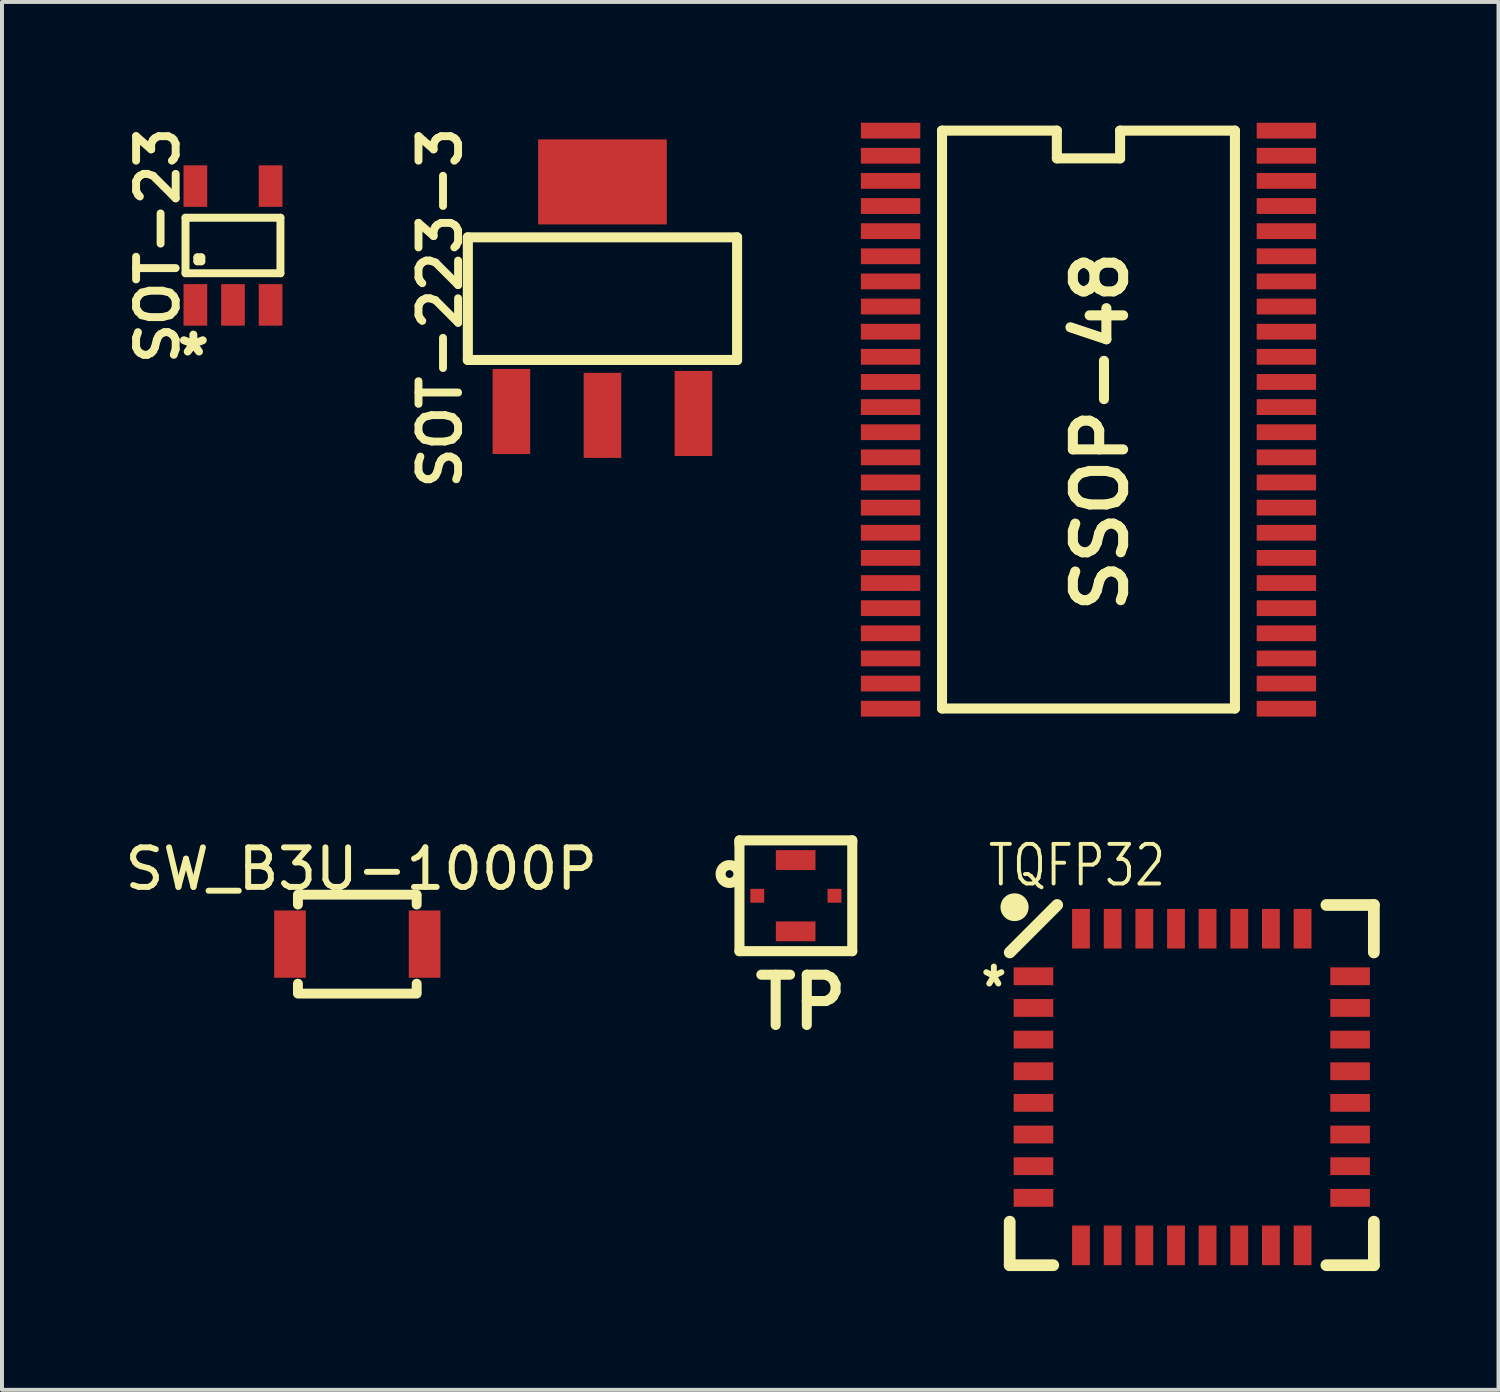
<source format=kicad_pcb>
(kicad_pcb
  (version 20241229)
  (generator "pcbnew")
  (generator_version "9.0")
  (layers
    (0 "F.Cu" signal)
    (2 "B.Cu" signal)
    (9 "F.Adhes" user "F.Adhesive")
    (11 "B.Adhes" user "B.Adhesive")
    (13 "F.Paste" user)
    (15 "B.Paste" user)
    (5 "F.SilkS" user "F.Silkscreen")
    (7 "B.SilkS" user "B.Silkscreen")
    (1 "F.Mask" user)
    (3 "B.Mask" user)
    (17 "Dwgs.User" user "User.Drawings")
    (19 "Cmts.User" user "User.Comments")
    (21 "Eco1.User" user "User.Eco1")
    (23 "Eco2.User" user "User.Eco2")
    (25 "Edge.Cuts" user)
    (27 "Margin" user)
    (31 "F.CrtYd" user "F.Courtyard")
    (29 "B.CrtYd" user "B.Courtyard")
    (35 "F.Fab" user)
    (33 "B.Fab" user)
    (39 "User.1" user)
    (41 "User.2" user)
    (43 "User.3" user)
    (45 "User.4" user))
  (footprint "TQFP32"
    (layer "F.Cu")
    (at 27.06 24.414)
    (property "Reference" "TQFP32" (at -2.901 -5.601 0) (layer "F.SilkS") (effects (font (size 1.001 0.8) (thickness 0.099))))
    (attr through_hole)
    (fp_line (start -4.6 -3.401) (end -3.401 -4.6) (stroke (width 0.297) (type solid)) (layer "F.SilkS"))
    (fp_line (start -4.6 3.401) (end -4.6 4.501) (stroke (width 0.297) (type solid)) (layer "F.SilkS"))
    (fp_line (start -4.6 4.501) (end -3.5 4.501) (stroke (width 0.297) (type solid)) (layer "F.SilkS"))
    (fp_line (start -4.473 -4.544) (end -4.483 -4.544) (stroke (width 0.701) (type solid)) (layer "F.SilkS"))
    (fp_line (start 4.6 -4.6) (end 3.401 -4.6) (stroke (width 0.297) (type solid)) (layer "F.SilkS"))
    (fp_line (start 4.6 -4.6) (end 4.6 -3.401) (stroke (width 0.297) (type solid)) (layer "F.SilkS"))
    (fp_line (start 4.6 3.401) (end 4.6 4.501) (stroke (width 0.297) (type solid)) (layer "F.SilkS"))
    (fp_line (start 4.6 4.501) (end 3.401 4.501) (stroke (width 0.297) (type solid)) (layer "F.SilkS"))
    (fp_text user "*" (at -5.001 -2.499 0) (layer "F.SilkS") (effects (font (size 1.001 0.8) (thickness 0.15))))
    (pad "1" smd rect (at -4 -2.799) (size 1.001 0.45) (layers "F.Cu" "F.Mask" "F.Paste"))
    (pad "2" smd rect (at -4 -1.999) (size 1.001 0.45) (layers "F.Cu" "F.Mask" "F.Paste"))
    (pad "3" smd rect (at -4 -1.199) (size 1.001 0.45) (layers "F.Cu" "F.Mask" "F.Paste"))
    (pad "4" smd rect (at -4 -0.399) (size 1.001 0.45) (layers "F.Cu" "F.Mask" "F.Paste"))
    (pad "5" smd rect (at -4 0.399) (size 1.001 0.45) (layers "F.Cu" "F.Mask" "F.Paste"))
    (pad "6" smd rect (at -4 1.199) (size 1.001 0.45) (layers "F.Cu" "F.Mask" "F.Paste"))
    (pad "7" smd rect (at -4 1.999) (size 1.001 0.45) (layers "F.Cu" "F.Mask" "F.Paste"))
    (pad "8" smd rect (at -4 2.799) (size 1.001 0.45) (layers "F.Cu" "F.Mask" "F.Paste"))
    (pad "9" smd rect (at -2.799 4) (size 0.45 1.001) (layers "F.Cu" "F.Mask" "F.Paste"))
    (pad "10" smd rect (at -1.999 4) (size 0.45 1.001) (layers "F.Cu" "F.Mask" "F.Paste"))
    (pad "11" smd rect (at -1.199 4) (size 0.45 1.001) (layers "F.Cu" "F.Mask" "F.Paste"))
    (pad "12" smd rect (at -0.399 4) (size 0.45 1.001) (layers "F.Cu" "F.Mask" "F.Paste"))
    (pad "13" smd rect (at 0.399 4) (size 0.45 1.001) (layers "F.Cu" "F.Mask" "F.Paste"))
    (pad "14" smd rect (at 1.199 4) (size 0.45 1.001) (layers "F.Cu" "F.Mask" "F.Paste"))
    (pad "15" smd rect (at 1.999 4) (size 0.45 1.001) (layers "F.Cu" "F.Mask" "F.Paste"))
    (pad "16" smd rect (at 2.799 4) (size 0.45 1.001) (layers "F.Cu" "F.Mask" "F.Paste"))
    (pad "17" smd rect (at 4 2.799) (size 1.001 0.45) (layers "F.Cu" "F.Mask" "F.Paste"))
    (pad "18" smd rect (at 4 1.999) (size 1.001 0.45) (layers "F.Cu" "F.Mask" "F.Paste"))
    (pad "19" smd rect (at 4 1.199) (size 1.001 0.45) (layers "F.Cu" "F.Mask" "F.Paste"))
    (pad "20" smd rect (at 4 0.399) (size 1.001 0.45) (layers "F.Cu" "F.Mask" "F.Paste"))
    (pad "21" smd rect (at 4 -0.399) (size 1.001 0.45) (layers "F.Cu" "F.Mask" "F.Paste"))
    (pad "22" smd rect (at 4 -1.199) (size 1.001 0.45) (layers "F.Cu" "F.Mask" "F.Paste"))
    (pad "23" smd rect (at 4 -1.999) (size 1.001 0.45) (layers "F.Cu" "F.Mask" "F.Paste"))
    (pad "24" smd rect (at 4 -2.799) (size 1.001 0.45) (layers "F.Cu" "F.Mask" "F.Paste"))
    (pad "25" smd rect (at 2.799 -4) (size 0.45 1.001) (layers "F.Cu" "F.Mask" "F.Paste"))
    (pad "26" smd rect (at 1.999 -4) (size 0.45 1.001) (layers "F.Cu" "F.Mask" "F.Paste"))
    (pad "27" smd rect (at 1.199 -4) (size 0.45 1.001) (layers "F.Cu" "F.Mask" "F.Paste"))
    (pad "28" smd rect (at 0.399 -4) (size 0.45 1.001) (layers "F.Cu" "F.Mask" "F.Paste"))
    (pad "29" smd rect (at -0.399 -4) (size 0.45 1.001) (layers "F.Cu" "F.Mask" "F.Paste"))
    (pad "30" smd rect (at -1.199 -4) (size 0.45 1.001) (layers "F.Cu" "F.Mask" "F.Paste"))
    (pad "31" smd rect (at -1.999 -4) (size 0.45 1.001) (layers "F.Cu" "F.Mask" "F.Paste"))
    (pad "32" smd rect (at -2.799 -4) (size 0.45 1.001) (layers "F.Cu" "F.Mask" "F.Paste")))
  (footprint "SSOP-48"
    (layer "F.Cu")
    (at 19.45 0.25)
    (property "Reference" "SSOP-48" (at 5.301 7.6 90) (layer "F.SilkS") (effects (font (size 1.27 1.27) (thickness 0.254))))
    (attr through_hole)
    (fp_line (start 1.3 0) (end 1.3 14.6) (stroke (width 0.254) (type solid)) (layer "F.SilkS"))
    (fp_line (start 1.3 14.6) (end 8.7 14.6) (stroke (width 0.254) (type solid)) (layer "F.SilkS"))
    (fp_line (start 4.199 0) (end 1.298 0) (stroke (width 0.254) (type solid)) (layer "F.SilkS"))
    (fp_line (start 4.201 0) (end 4.201 0.701) (stroke (width 0.254) (type solid)) (layer "F.SilkS"))
    (fp_line (start 4.201 0.701) (end 5.799 0.701) (stroke (width 0.254) (type solid)) (layer "F.SilkS"))
    (fp_line (start 5.799 0.701) (end 5.799 0) (stroke (width 0.254) (type solid)) (layer "F.SilkS"))
    (fp_line (start 8.7 0) (end 5.799 0) (stroke (width 0.254) (type solid)) (layer "F.SilkS"))
    (fp_line (start 8.7 14.6) (end 8.7 0) (stroke (width 0.254) (type solid)) (layer "F.SilkS"))
    (pad "1" smd rect (at 0 0) (size 1.501 0.399) (layers "F.Cu" "F.Mask" "F.Paste"))
    (pad "2" smd rect (at 0 0.635) (size 1.501 0.399) (layers "F.Cu" "F.Mask" "F.Paste"))
    (pad "3" smd rect (at 0 1.27) (size 1.501 0.399) (layers "F.Cu" "F.Mask" "F.Paste"))
    (pad "4" smd rect (at 0 1.905) (size 1.501 0.399) (layers "F.Cu" "F.Mask" "F.Paste"))
    (pad "5" smd rect (at 0 2.54) (size 1.501 0.399) (layers "F.Cu" "F.Mask" "F.Paste"))
    (pad "6" smd rect (at 0 3.175) (size 1.501 0.399) (layers "F.Cu" "F.Mask" "F.Paste"))
    (pad "7" smd rect (at 0 3.81) (size 1.501 0.399) (layers "F.Cu" "F.Mask" "F.Paste"))
    (pad "8" smd rect (at 0 4.445) (size 1.501 0.399) (layers "F.Cu" "F.Mask" "F.Paste"))
    (pad "9" smd rect (at 0 5.08) (size 1.501 0.399) (layers "F.Cu" "F.Mask" "F.Paste"))
    (pad "10" smd rect (at 0 5.715) (size 1.501 0.399) (layers "F.Cu" "F.Mask" "F.Paste"))
    (pad "11" smd rect (at 0 6.35) (size 1.501 0.399) (layers "F.Cu" "F.Mask" "F.Paste"))
    (pad "12" smd rect (at 0 6.985) (size 1.501 0.399) (layers "F.Cu" "F.Mask" "F.Paste"))
    (pad "13" smd rect (at 0 7.62) (size 1.501 0.399) (layers "F.Cu" "F.Mask" "F.Paste"))
    (pad "14" smd rect (at 0 8.255) (size 1.501 0.399) (layers "F.Cu" "F.Mask" "F.Paste"))
    (pad "15" smd rect (at 0 8.89) (size 1.501 0.399) (layers "F.Cu" "F.Mask" "F.Paste"))
    (pad "16" smd rect (at 0 9.525) (size 1.501 0.399) (layers "F.Cu" "F.Mask" "F.Paste"))
    (pad "17" smd rect (at 0 10.16) (size 1.501 0.399) (layers "F.Cu" "F.Mask" "F.Paste"))
    (pad "18" smd rect (at 0 10.795) (size 1.501 0.399) (layers "F.Cu" "F.Mask" "F.Paste"))
    (pad "19" smd rect (at 0 11.43) (size 1.501 0.399) (layers "F.Cu" "F.Mask" "F.Paste"))
    (pad "20" smd rect (at 0 12.065) (size 1.501 0.399) (layers "F.Cu" "F.Mask" "F.Paste"))
    (pad "21" smd rect (at 0 12.7) (size 1.501 0.399) (layers "F.Cu" "F.Mask" "F.Paste"))
    (pad "22" smd rect (at 0 13.335) (size 1.501 0.399) (layers "F.Cu" "F.Mask" "F.Paste"))
    (pad "23" smd rect (at 0 13.97) (size 1.501 0.399) (layers "F.Cu" "F.Mask" "F.Paste"))
    (pad "24" smd rect (at 0 14.605) (size 1.501 0.399) (layers "F.Cu" "F.Mask" "F.Paste"))
    (pad "25" smd rect (at 10 14.605) (size 1.501 0.399) (layers "F.Cu" "F.Mask" "F.Paste"))
    (pad "26" smd rect (at 10 13.97) (size 1.501 0.399) (layers "F.Cu" "F.Mask" "F.Paste"))
    (pad "27" smd rect (at 10 13.335) (size 1.501 0.399) (layers "F.Cu" "F.Mask" "F.Paste"))
    (pad "28" smd rect (at 10 12.7) (size 1.501 0.399) (layers "F.Cu" "F.Mask" "F.Paste"))
    (pad "29" smd rect (at 10 12.065) (size 1.501 0.399) (layers "F.Cu" "F.Mask" "F.Paste"))
    (pad "30" smd rect (at 10 11.43) (size 1.501 0.399) (layers "F.Cu" "F.Mask" "F.Paste"))
    (pad "31" smd rect (at 10 10.795) (size 1.501 0.399) (layers "F.Cu" "F.Mask" "F.Paste"))
    (pad "32" smd rect (at 10 10.16) (size 1.501 0.399) (layers "F.Cu" "F.Mask" "F.Paste"))
    (pad "33" smd rect (at 10 9.525) (size 1.501 0.399) (layers "F.Cu" "F.Mask" "F.Paste"))
    (pad "34" smd rect (at 10 8.89) (size 1.501 0.399) (layers "F.Cu" "F.Mask" "F.Paste"))
    (pad "35" smd rect (at 10 8.255) (size 1.501 0.399) (layers "F.Cu" "F.Mask" "F.Paste"))
    (pad "36" smd rect (at 10 7.62) (size 1.501 0.399) (layers "F.Cu" "F.Mask" "F.Paste"))
    (pad "37" smd rect (at 10 6.985) (size 1.501 0.399) (layers "F.Cu" "F.Mask" "F.Paste"))
    (pad "38" smd rect (at 10 6.35) (size 1.501 0.399) (layers "F.Cu" "F.Mask" "F.Paste"))
    (pad "39" smd rect (at 10 5.715) (size 1.501 0.399) (layers "F.Cu" "F.Mask" "F.Paste"))
    (pad "40" smd rect (at 10 5.08) (size 1.501 0.399) (layers "F.Cu" "F.Mask" "F.Paste"))
    (pad "41" smd rect (at 10 4.445) (size 1.501 0.399) (layers "F.Cu" "F.Mask" "F.Paste"))
    (pad "42" smd rect (at 10 3.81) (size 1.501 0.399) (layers "F.Cu" "F.Mask" "F.Paste"))
    (pad "43" smd rect (at 10 3.175) (size 1.501 0.399) (layers "F.Cu" "F.Mask" "F.Paste"))
    (pad "44" smd rect (at 10 2.54) (size 1.501 0.399) (layers "F.Cu" "F.Mask" "F.Paste"))
    (pad "45" smd rect (at 10 1.905) (size 1.501 0.399) (layers "F.Cu" "F.Mask" "F.Paste"))
    (pad "46" smd rect (at 10 1.27) (size 1.501 0.399) (layers "F.Cu" "F.Mask" "F.Paste"))
    (pad "47" smd rect (at 10 0.635) (size 1.501 0.399) (layers "F.Cu" "F.Mask" "F.Paste"))
    (pad "48" smd rect (at 10 0) (size 1.501 0.399) (layers "F.Cu" "F.Mask" "F.Paste")))
  (footprint "SOT-23"
    (layer "F.Cu")
    (at 2.836 3.152)
    (property "Reference" "SOT-23" (at -1.9 0 90) (layer "F.SilkS") (effects (font (size 1 1) (thickness 0.2))))
    (attr smd)
    (fp_line (start -1.199 -0.701) (end 1.199 -0.701) (stroke (width 0.201) (type solid)) (layer "F.SilkS"))
    (fp_line (start -1.199 0.701) (end -1.199 -0.701) (stroke (width 0.201) (type solid)) (layer "F.SilkS"))
    (fp_line (start -0.899 0.3) (end -0.899 0.399) (stroke (width 0.201) (type solid)) (layer "F.SilkS"))
    (fp_line (start -0.899 0.399) (end -0.8 0.399) (stroke (width 0.201) (type solid)) (layer "F.SilkS"))
    (fp_line (start -0.8 0.3) (end -0.899 0.3) (stroke (width 0.201) (type solid)) (layer "F.SilkS"))
    (fp_line (start -0.8 0.399) (end -0.8 0.3) (stroke (width 0.201) (type solid)) (layer "F.SilkS"))
    (fp_line (start 1.199 -0.701) (end 1.199 0.701) (stroke (width 0.201) (type solid)) (layer "F.SilkS"))
    (fp_line (start 1.199 0.701) (end -1.199 0.701) (stroke (width 0.201) (type solid)) (layer "F.SilkS"))
    (fp_text user "*" (at -1.001 2.799 0) (layer "F.SilkS") (effects (font (size 1 1) (thickness 0.2))))
    (pad "1" smd rect (at -0.95 1.501) (size 0.599 1.049) (layers "F.Cu" "F.Mask" "F.Paste"))
    (pad "2" smd rect (at 0 1.501) (size 0.599 1.049) (layers "F.Cu" "F.Mask" "F.Paste"))
    (pad "3" smd rect (at 0.95 1.501) (size 0.599 1.049) (layers "F.Cu" "F.Mask" "F.Paste"))
    (pad "4" smd rect (at 0.95 -1.501) (size 0.599 1.049) (layers "F.Cu" "F.Mask" "F.Paste"))
    (pad "5" smd rect (at -0.95 -1.501) (size 0.599 1.049) (layers "F.Cu" "F.Mask" "F.Paste")))
  (footprint "SOT-223-3"
    (layer "F.Cu")
    (at 12.171 4.424)
    (property "Reference" "SOT-223-3" (at -4.1 0.3 90) (layer "F.SilkS") (effects (font (size 1 1) (thickness 0.2))))
    (attr smd)
    (fp_line (start -3.401 -1.478) (end 3.401 -1.478) (stroke (width 0.254) (type solid)) (layer "F.SilkS"))
    (fp_line (start -3.401 1.621) (end -3.401 -1.478) (stroke (width 0.254) (type solid)) (layer "F.SilkS"))
    (fp_line (start -3 1.621) (end -3.401 1.621) (stroke (width 0.254) (type solid)) (layer "F.SilkS"))
    (fp_line (start -3 1.621) (end 3.401 1.621) (stroke (width 0.254) (type solid)) (layer "F.SilkS"))
    (fp_line (start 3.401 1.621) (end 3.401 -1.478) (stroke (width 0.254) (type solid)) (layer "F.SilkS"))
    (pad "1" smd rect (at -2.301 2.921) (size 0.95 2.149) (layers "F.Cu" "F.Mask" "F.Paste"))
    (pad "2" smd rect (at 0 3.02) (size 0.95 2.149) (layers "F.Cu" "F.Mask" "F.Paste"))
    (pad "3" smd rect (at 2.299 2.972) (size 0.95 2.149) (layers "F.Cu" "F.Mask" "F.Paste"))
    (pad "TAB" smd rect (at 0 -2.878) (size 3.251 2.149) (layers "F.Cu" "F.Mask" "F.Paste")))
  (footprint "SW_B3U-1000P"
    (layer "F.Cu")
    (at 5.977 20.803)
    (property "Reference" "SW_B3U-1000P" (at 0.1 -1.9 0) (layer "F.SilkS") (effects (font (size 1 1) (thickness 0.15))))
    (attr through_hole)
    (fp_line (start -1.5 -1.25) (end 1.5 -1.25) (stroke (width 0.25) (type solid)) (layer "F.SilkS"))
    (fp_line (start -1.5 -1.2) (end -1.5 -1) (stroke (width 0.25) (type solid)) (layer "F.SilkS"))
    (fp_line (start -1.5 1.2) (end -1.5 1) (stroke (width 0.25) (type solid)) (layer "F.SilkS"))
    (fp_line (start -1.5 1.25) (end 1.5 1.25) (stroke (width 0.25) (type solid)) (layer "F.SilkS"))
    (fp_line (start 1.5 -1.2) (end 1.5 -1) (stroke (width 0.25) (type solid)) (layer "F.SilkS"))
    (fp_line (start 1.5 1.2) (end 1.5 1) (stroke (width 0.25) (type solid)) (layer "F.SilkS"))
    (pad "1" smd rect (at -1.7 0) (size 0.8 1.7) (layers "F.Cu" "F.Mask" "F.Paste"))
    (pad "2" smd rect (at 1.7 0) (size 0.8 1.7) (layers "F.Cu" "F.Mask" "F.Paste")))
  (footprint "TP"
    (layer "F.Cu")
    (at 16.082 19.581)
    (property "Reference" "TP" (at 1.1 2.69 0) (layer "F.SilkS") (effects (font (size 1.27 1.27) (thickness 0.254))))
    (attr through_hole)
    (fp_line (start -0.45 -1.4) (end -0.45 -1.3) (stroke (width 0.254) (type solid)) (layer "F.SilkS"))
    (fp_line (start -0.45 -1.351) (end -0.45 1.4) (stroke (width 0.254) (type solid)) (layer "F.SilkS"))
    (fp_line (start -0.45 1.4) (end 2.4 1.4) (stroke (width 0.254) (type solid)) (layer "F.SilkS"))
    (fp_line (start 2.4 -1.4) (end -0.45 -1.4) (stroke (width 0.254) (type solid)) (layer "F.SilkS"))
    (fp_line (start 2.4 -1.351) (end 2.4 -1.4) (stroke (width 0.254) (type solid)) (layer "F.SilkS"))
    (fp_line (start 2.4 1.4) (end 2.4 -1.351) (stroke (width 0.254) (type solid)) (layer "F.SilkS"))
    (fp_circle (center -0.701 -0.549) (end -0.602 -0.549) (stroke (width 0.254) (type solid)) (fill no) (layer "F.SilkS"))
    (pad "1" smd rect (at 0 0) (size 0.351 0.351) (layers "F.Cu" "F.Mask" "F.Paste"))
    (pad "2" smd rect (at 0.97 0.899) (size 1.001 0.5) (layers "F.Cu" "F.Mask" "F.Paste"))
    (pad "3" smd rect (at 1.951 0) (size 0.351 0.351) (layers "F.Cu" "F.Mask" "F.Paste"))
    (pad "4" smd rect (at 0.97 -0.902) (size 1.001 0.5) (layers "F.Cu" "F.Mask" "F.Paste")))
  (gr_rect
    (start -3 -3)
    (end 34.809 32.064)
    (stroke (width 0.1) (type default))
    (fill no)
    (layer "Edge.Cuts")))
</source>
